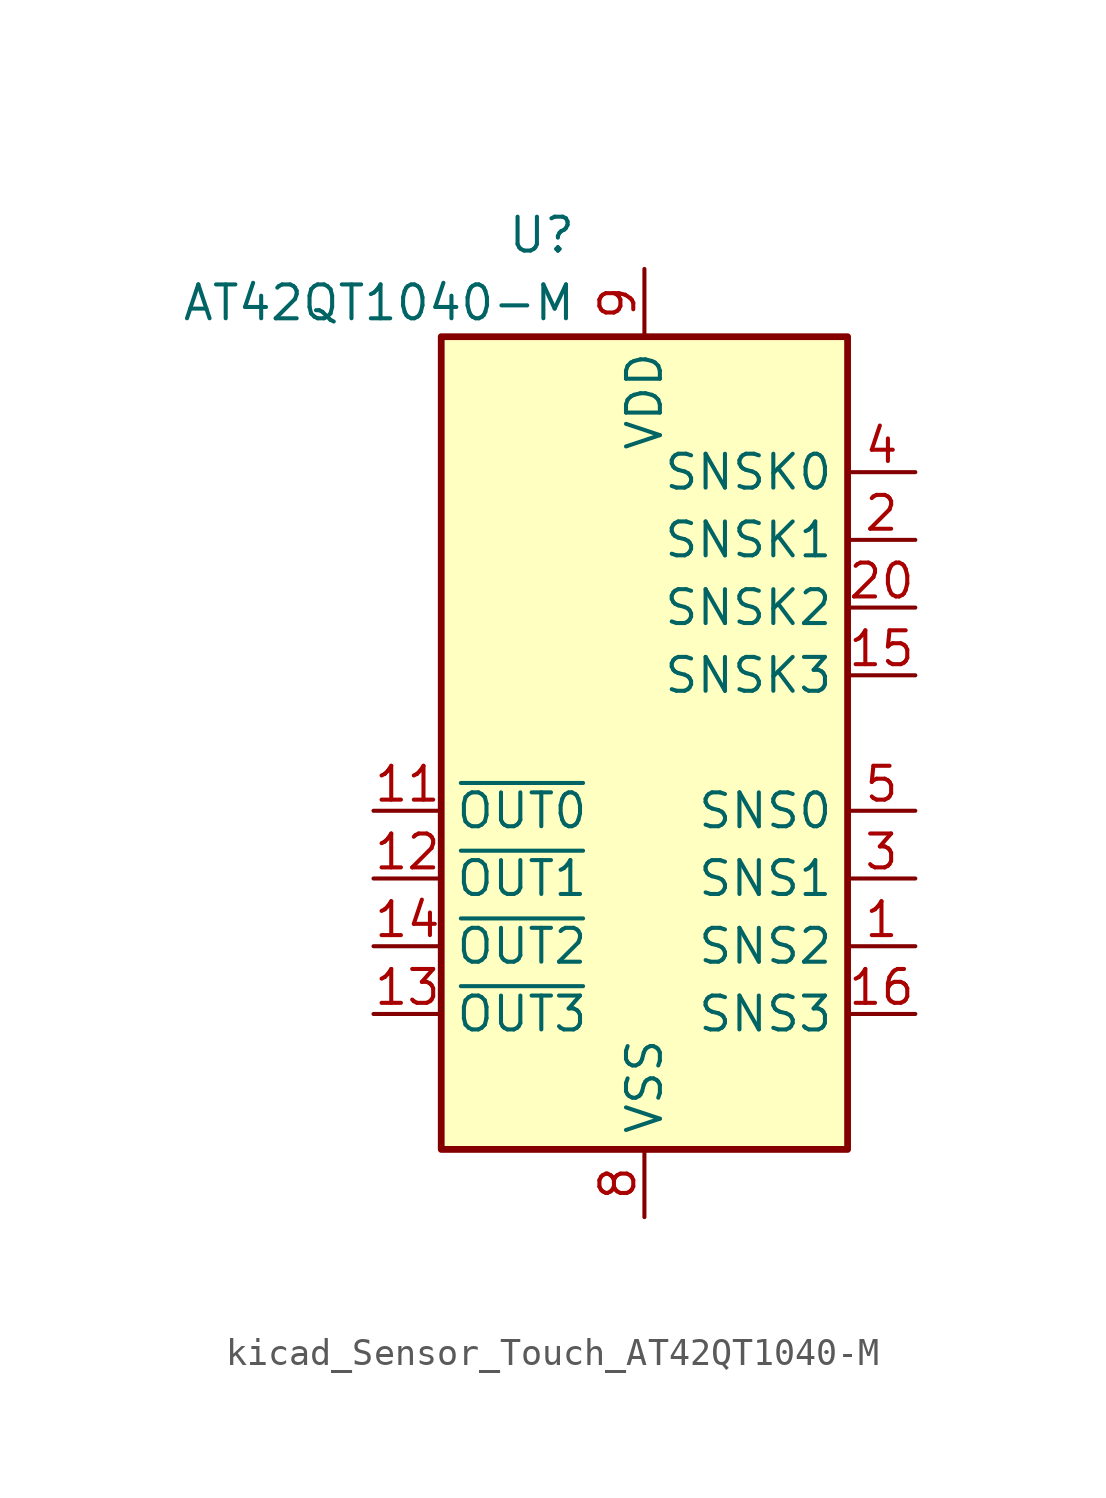
<source format=kicad_sym>
(kicad_symbol_lib
  (version 20220914)
  (generator kicad_symbol_editor)
  (symbol "kicad_Sensor_Touch_AT42QT1040-M"
    (property "Reference" "U"
      (at -2.54 19.05 0)
      (effects (font (size 1.27 1.27)) (justify right)))
    (property "Value" "AT42QT1040-M"
      (at -2.54 16.51 0)
      (effects (font (size 1.27 1.27)) (justify right)))
    (symbol "kicad_Sensor_Touch_AT42QT1040-M_0_1"
      (rectangle (start -7.62 15.24) (end 7.62 -15.24) (stroke (width 0.254) (type default)) (fill (type background))))
    (symbol "kicad_Sensor_Touch_AT42QT1040-M_1_1"
      (pin passive line (at 10.16 -7.62 180) (length 2.54) (name "SNS2" (effects (font (size 1.27 1.27)))) (number "1" (effects (font (size 1.27 1.27)))))
      (pin no_connect line (at -7.62 7.62 0) (length 2.54) hide (name "NC" (effects (font (size 1.27 1.27)))) (number "10" (effects (font (size 1.27 1.27)))))
      (pin open_collector line (at -10.16 -2.54 0) (length 2.54) (name "~{OUT0}" (effects (font (size 1.27 1.27)))) (number "11" (effects (font (size 1.27 1.27)))))
      (pin open_collector line (at -10.16 -5.08 0) (length 2.54) (name "~{OUT1}" (effects (font (size 1.27 1.27)))) (number "12" (effects (font (size 1.27 1.27)))))
      (pin open_collector line (at -10.16 -10.16 0) (length 2.54) (name "~{OUT3}" (effects (font (size 1.27 1.27)))) (number "13" (effects (font (size 1.27 1.27)))))
      (pin open_collector line (at -10.16 -7.62 0) (length 2.54) (name "~{OUT2}" (effects (font (size 1.27 1.27)))) (number "14" (effects (font (size 1.27 1.27)))))
      (pin passive line (at 10.16 2.54 180) (length 2.54) (name "SNSK3" (effects (font (size 1.27 1.27)))) (number "15" (effects (font (size 1.27 1.27)))))
      (pin passive line (at 10.16 -10.16 180) (length 2.54) (name "SNS3" (effects (font (size 1.27 1.27)))) (number "16" (effects (font (size 1.27 1.27)))))
      (pin no_connect line (at -7.62 5.08 0) (length 2.54) hide (name "NC" (effects (font (size 1.27 1.27)))) (number "17" (effects (font (size 1.27 1.27)))))
      (pin no_connect line (at -7.62 2.54 0) (length 2.54) hide (name "NC" (effects (font (size 1.27 1.27)))) (number "18" (effects (font (size 1.27 1.27)))))
      (pin no_connect line (at -7.62 0 0) (length 2.54) hide (name "NC" (effects (font (size 1.27 1.27)))) (number "19" (effects (font (size 1.27 1.27)))))
      (pin passive line (at 10.16 7.62 180) (length 2.54) (name "SNSK1" (effects (font (size 1.27 1.27)))) (number "2" (effects (font (size 1.27 1.27)))))
      (pin passive line (at 10.16 5.08 180) (length 2.54) (name "SNSK2" (effects (font (size 1.27 1.27)))) (number "20" (effects (font (size 1.27 1.27)))))
      (pin passive line (at 0 -17.78 90) (length 2.54) hide (name "VSS" (effects (font (size 1.27 1.27)))) (number "21" (effects (font (size 1.27 1.27)))))
      (pin passive line (at 10.16 -5.08 180) (length 2.54) (name "SNS1" (effects (font (size 1.27 1.27)))) (number "3" (effects (font (size 1.27 1.27)))))
      (pin passive line (at 10.16 10.16 180) (length 2.54) (name "SNSK0" (effects (font (size 1.27 1.27)))) (number "4" (effects (font (size 1.27 1.27)))))
      (pin passive line (at 10.16 -2.54 180) (length 2.54) (name "SNS0" (effects (font (size 1.27 1.27)))) (number "5" (effects (font (size 1.27 1.27)))))
      (pin no_connect line (at -7.62 12.7 0) (length 2.54) hide (name "NC" (effects (font (size 1.27 1.27)))) (number "6" (effects (font (size 1.27 1.27)))))
      (pin no_connect line (at -7.62 10.16 0) (length 2.54) hide (name "NC" (effects (font (size 1.27 1.27)))) (number "7" (effects (font (size 1.27 1.27)))))
      (pin power_in line (at 0 -17.78 90) (length 2.54) (name "VSS" (effects (font (size 1.27 1.27)))) (number "8" (effects (font (size 1.27 1.27)))))
      (pin power_in line (at 0 17.78 270) (length 2.54) (name "VDD" (effects (font (size 1.27 1.27)))) (number "9" (effects (font (size 1.27 1.27))))))))
</source>
